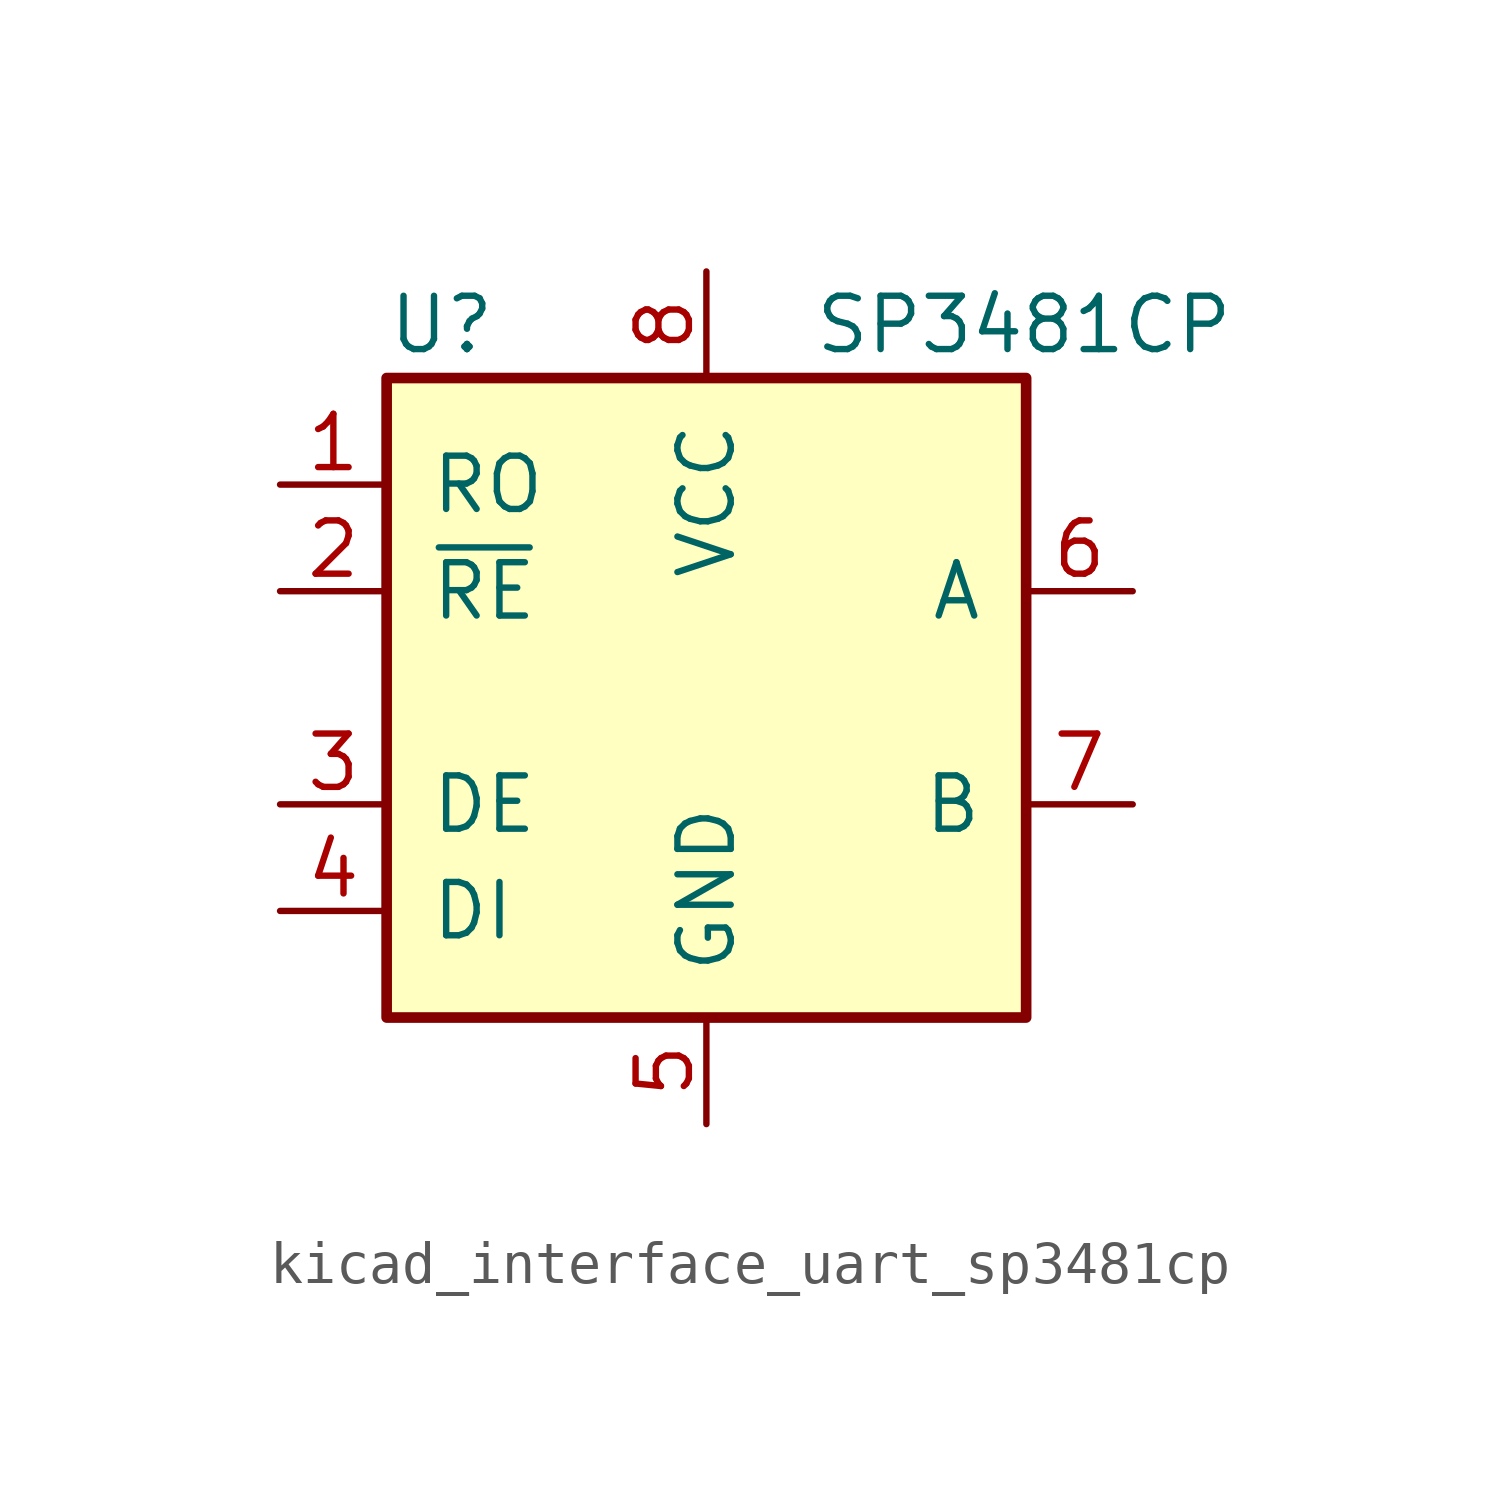
<source format=kicad_sym>
(kicad_symbol_lib
  (version 20220914)
  (generator kicad_symbol_editor)
  (symbol "kicad_interface_uart_sp3481cp"
    (pin_names
      (offset 1.016))
    (property "Reference" "U"
      (at -7.62 8.89 0)
      (effects (font (size 1.27 1.27)) (justify left)))
    (property "Value" "SP3481CP"
      (at 2.54 8.89 0)
      (effects (font (size 1.27 1.27)) (justify left)))
    (symbol "kicad_interface_uart_sp3481cp_0_1"
      (rectangle (start -7.62 7.62) (end 7.62 -7.62) (stroke (width 0.254) (type default)) (fill (type background))))
    (symbol "kicad_interface_uart_sp3481cp_1_1"
      (pin output line (at -10.16 5.08 0) (length 2.54) (name "RO" (effects (font (size 1.27 1.27)))) (number "1" (effects (font (size 1.27 1.27)))))
      (pin input line (at -10.16 2.54 0) (length 2.54) (name "~{RE}" (effects (font (size 1.27 1.27)))) (number "2" (effects (font (size 1.27 1.27)))))
      (pin input line (at -10.16 -2.54 0) (length 2.54) (name "DE" (effects (font (size 1.27 1.27)))) (number "3" (effects (font (size 1.27 1.27)))))
      (pin input line (at -10.16 -5.08 0) (length 2.54) (name "DI" (effects (font (size 1.27 1.27)))) (number "4" (effects (font (size 1.27 1.27)))))
      (pin power_in line (at 0 -10.16 90) (length 2.54) (name "GND" (effects (font (size 1.27 1.27)))) (number "5" (effects (font (size 1.27 1.27)))))
      (pin bidirectional line (at 10.16 2.54 180) (length 2.54) (name "A" (effects (font (size 1.27 1.27)))) (number "6" (effects (font (size 1.27 1.27)))))
      (pin bidirectional line (at 10.16 -2.54 180) (length 2.54) (name "B" (effects (font (size 1.27 1.27)))) (number "7" (effects (font (size 1.27 1.27)))))
      (pin power_in line (at 0 10.16 270) (length 2.54) (name "VCC" (effects (font (size 1.27 1.27)))) (number "8" (effects (font (size 1.27 1.27))))))))
</source>
